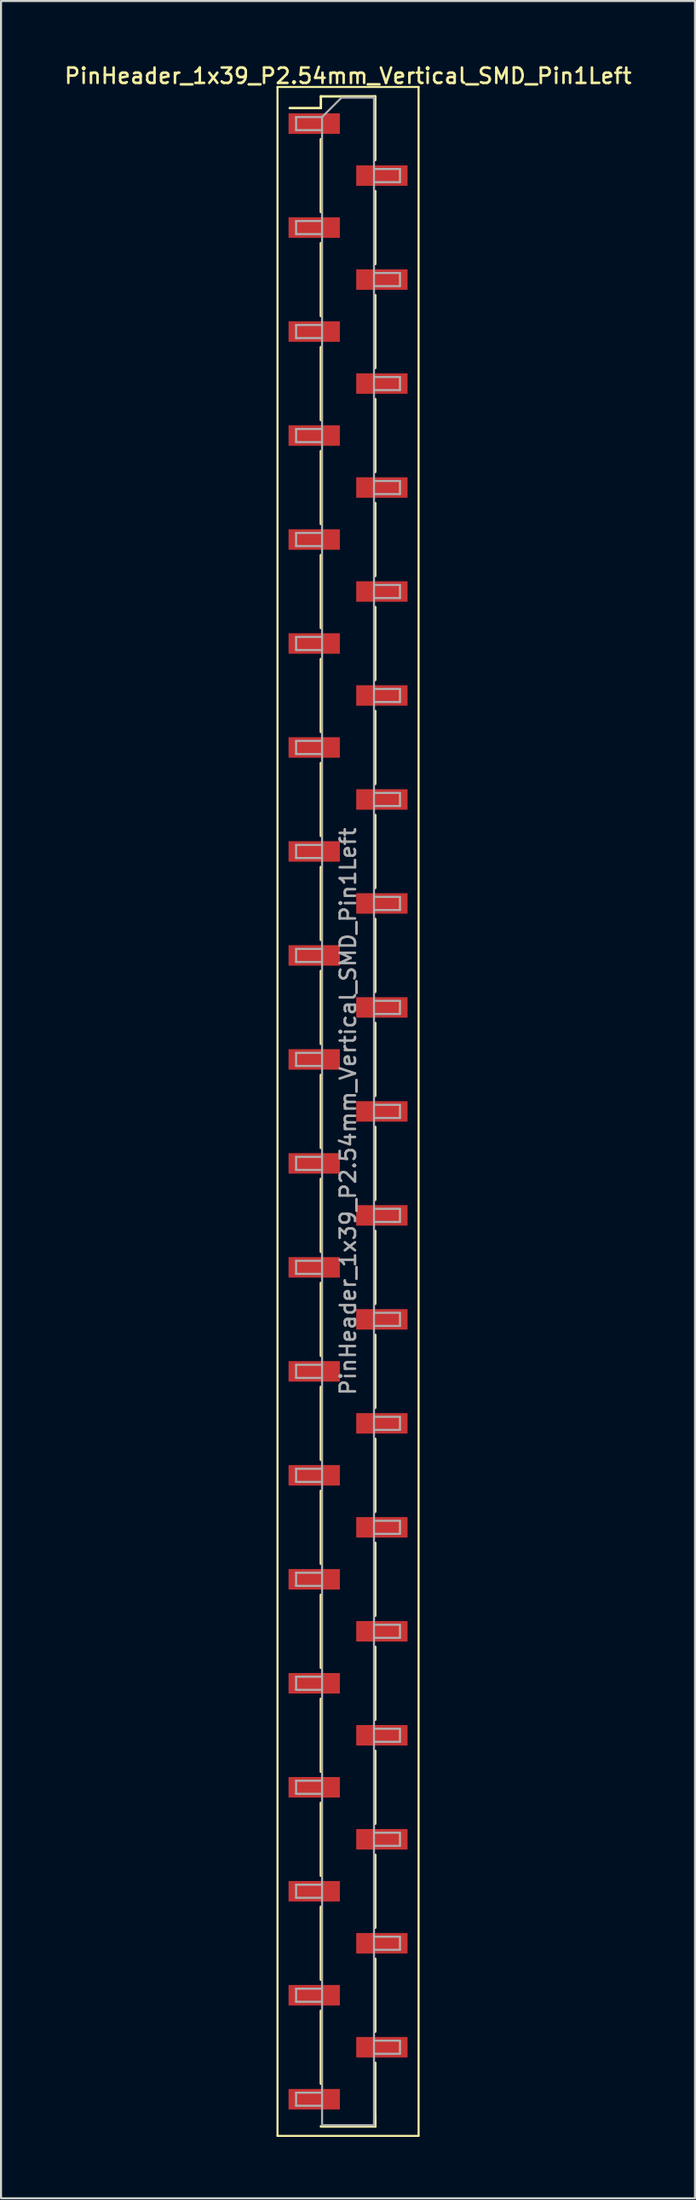
<source format=kicad_pcb>
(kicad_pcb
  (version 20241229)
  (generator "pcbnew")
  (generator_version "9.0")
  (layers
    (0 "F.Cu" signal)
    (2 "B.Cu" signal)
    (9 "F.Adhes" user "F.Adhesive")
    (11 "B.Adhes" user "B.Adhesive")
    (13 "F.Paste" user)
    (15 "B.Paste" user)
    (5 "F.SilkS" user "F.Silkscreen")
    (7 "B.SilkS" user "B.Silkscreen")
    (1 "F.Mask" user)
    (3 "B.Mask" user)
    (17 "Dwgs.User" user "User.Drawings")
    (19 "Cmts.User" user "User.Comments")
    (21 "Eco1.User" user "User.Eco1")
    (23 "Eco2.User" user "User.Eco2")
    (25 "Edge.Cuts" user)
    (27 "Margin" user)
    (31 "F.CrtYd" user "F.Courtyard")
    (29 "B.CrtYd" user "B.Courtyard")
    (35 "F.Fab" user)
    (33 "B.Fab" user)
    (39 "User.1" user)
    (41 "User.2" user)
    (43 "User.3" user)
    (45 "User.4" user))
  (footprint "PinHeader_1x39_P2.54mm_Vertical_SMD_Pin1Left"
    (layer "F.Cu")
    (at 13.97 51.248)
    (property "Reference" "PinHeader_1x39_P2.54mm_Vertical_SMD_Pin1Left" (at 0 -50.59 0) (layer "F.SilkS") (effects (font (size 0.75 0.75) (thickness 0.125))))
    (attr smd)
    (fp_line (start -3.45 -50.05) (end -3.45 50.05) (stroke (width 0.1) (type solid)) (layer "F.SilkS"))
    (fp_line (start -3.45 50.05) (end 3.45 50.05) (stroke (width 0.1) (type solid)) (layer "F.SilkS"))
    (fp_line (start -1.33 -49.59) (end -1.33 -49.02) (stroke (width 0.12) (type solid)) (layer "F.SilkS"))
    (fp_line (start -1.33 -49.59) (end 1.33 -49.59) (stroke (width 0.12) (type solid)) (layer "F.SilkS"))
    (fp_line (start -1.33 -49.02) (end -2.85 -49.02) (stroke (width 0.12) (type solid)) (layer "F.SilkS"))
    (fp_line (start -1.33 -47.5) (end -1.33 -43.94) (stroke (width 0.12) (type solid)) (layer "F.SilkS"))
    (fp_line (start -1.33 -42.42) (end -1.33 -38.86) (stroke (width 0.12) (type solid)) (layer "F.SilkS"))
    (fp_line (start -1.33 -37.34) (end -1.33 -33.78) (stroke (width 0.12) (type solid)) (layer "F.SilkS"))
    (fp_line (start -1.33 -32.26) (end -1.33 -28.7) (stroke (width 0.12) (type solid)) (layer "F.SilkS"))
    (fp_line (start -1.33 -27.18) (end -1.33 -23.62) (stroke (width 0.12) (type solid)) (layer "F.SilkS"))
    (fp_line (start -1.33 -22.1) (end -1.33 -18.54) (stroke (width 0.12) (type solid)) (layer "F.SilkS"))
    (fp_line (start -1.33 -17.02) (end -1.33 -13.46) (stroke (width 0.12) (type solid)) (layer "F.SilkS"))
    (fp_line (start -1.33 -11.94) (end -1.33 -8.38) (stroke (width 0.12) (type solid)) (layer "F.SilkS"))
    (fp_line (start -1.33 -6.86) (end -1.33 -3.3) (stroke (width 0.12) (type solid)) (layer "F.SilkS"))
    (fp_line (start -1.33 -1.78) (end -1.33 1.78) (stroke (width 0.12) (type solid)) (layer "F.SilkS"))
    (fp_line (start -1.33 3.3) (end -1.33 6.86) (stroke (width 0.12) (type solid)) (layer "F.SilkS"))
    (fp_line (start -1.33 8.38) (end -1.33 11.94) (stroke (width 0.12) (type solid)) (layer "F.SilkS"))
    (fp_line (start -1.33 13.46) (end -1.33 17.02) (stroke (width 0.12) (type solid)) (layer "F.SilkS"))
    (fp_line (start -1.33 18.54) (end -1.33 22.1) (stroke (width 0.12) (type solid)) (layer "F.SilkS"))
    (fp_line (start -1.33 23.62) (end -1.33 27.18) (stroke (width 0.12) (type solid)) (layer "F.SilkS"))
    (fp_line (start -1.33 28.7) (end -1.33 32.26) (stroke (width 0.12) (type solid)) (layer "F.SilkS"))
    (fp_line (start -1.33 33.78) (end -1.33 37.34) (stroke (width 0.12) (type solid)) (layer "F.SilkS"))
    (fp_line (start -1.33 38.86) (end -1.33 42.42) (stroke (width 0.12) (type solid)) (layer "F.SilkS"))
    (fp_line (start -1.33 43.94) (end -1.33 47.5) (stroke (width 0.12) (type solid)) (layer "F.SilkS"))
    (fp_line (start -1.33 49.59) (end 1.33 49.59) (stroke (width 0.12) (type solid)) (layer "F.SilkS"))
    (fp_line (start 1.33 -49.59) (end 1.33 -46.48) (stroke (width 0.12) (type solid)) (layer "F.SilkS"))
    (fp_line (start 1.33 -44.96) (end 1.33 -41.4) (stroke (width 0.12) (type solid)) (layer "F.SilkS"))
    (fp_line (start 1.33 -39.88) (end 1.33 -36.32) (stroke (width 0.12) (type solid)) (layer "F.SilkS"))
    (fp_line (start 1.33 -34.8) (end 1.33 -31.24) (stroke (width 0.12) (type solid)) (layer "F.SilkS"))
    (fp_line (start 1.33 -29.72) (end 1.33 -26.16) (stroke (width 0.12) (type solid)) (layer "F.SilkS"))
    (fp_line (start 1.33 -24.64) (end 1.33 -21.08) (stroke (width 0.12) (type solid)) (layer "F.SilkS"))
    (fp_line (start 1.33 -19.56) (end 1.33 -16) (stroke (width 0.12) (type solid)) (layer "F.SilkS"))
    (fp_line (start 1.33 -14.48) (end 1.33 -10.92) (stroke (width 0.12) (type solid)) (layer "F.SilkS"))
    (fp_line (start 1.33 -9.4) (end 1.33 -5.84) (stroke (width 0.12) (type solid)) (layer "F.SilkS"))
    (fp_line (start 1.33 -4.32) (end 1.33 -0.76) (stroke (width 0.12) (type solid)) (layer "F.SilkS"))
    (fp_line (start 1.33 0.76) (end 1.33 4.32) (stroke (width 0.12) (type solid)) (layer "F.SilkS"))
    (fp_line (start 1.33 5.84) (end 1.33 9.4) (stroke (width 0.12) (type solid)) (layer "F.SilkS"))
    (fp_line (start 1.33 10.92) (end 1.33 14.48) (stroke (width 0.12) (type solid)) (layer "F.SilkS"))
    (fp_line (start 1.33 16) (end 1.33 19.56) (stroke (width 0.12) (type solid)) (layer "F.SilkS"))
    (fp_line (start 1.33 21.08) (end 1.33 24.64) (stroke (width 0.12) (type solid)) (layer "F.SilkS"))
    (fp_line (start 1.33 26.16) (end 1.33 29.72) (stroke (width 0.12) (type solid)) (layer "F.SilkS"))
    (fp_line (start 1.33 31.24) (end 1.33 34.8) (stroke (width 0.12) (type solid)) (layer "F.SilkS"))
    (fp_line (start 1.33 36.32) (end 1.33 39.88) (stroke (width 0.12) (type solid)) (layer "F.SilkS"))
    (fp_line (start 1.33 41.4) (end 1.33 44.96) (stroke (width 0.12) (type solid)) (layer "F.SilkS"))
    (fp_line (start 1.33 46.48) (end 1.33 49.59) (stroke (width 0.12) (type solid)) (layer "F.SilkS"))
    (fp_line (start 1.33 49.02) (end 1.33 49.59) (stroke (width 0.12) (type solid)) (layer "F.SilkS"))
    (fp_line (start 3.45 -50.05) (end -3.45 -50.05) (stroke (width 0.1) (type solid)) (layer "F.SilkS"))
    (fp_line (start 3.45 50.05) (end 3.45 -50.05) (stroke (width 0.1) (type solid)) (layer "F.SilkS"))
    (fp_line (start -2.54 -48.58) (end -2.54 -47.94) (stroke (width 0.1) (type solid)) (layer "F.Fab"))
    (fp_line (start -2.54 -47.94) (end -1.27 -47.94) (stroke (width 0.1) (type solid)) (layer "F.Fab"))
    (fp_line (start -2.54 -43.5) (end -2.54 -42.86) (stroke (width 0.1) (type solid)) (layer "F.Fab"))
    (fp_line (start -2.54 -42.86) (end -1.27 -42.86) (stroke (width 0.1) (type solid)) (layer "F.Fab"))
    (fp_line (start -2.54 -38.42) (end -2.54 -37.78) (stroke (width 0.1) (type solid)) (layer "F.Fab"))
    (fp_line (start -2.54 -37.78) (end -1.27 -37.78) (stroke (width 0.1) (type solid)) (layer "F.Fab"))
    (fp_line (start -2.54 -33.34) (end -2.54 -32.7) (stroke (width 0.1) (type solid)) (layer "F.Fab"))
    (fp_line (start -2.54 -32.7) (end -1.27 -32.7) (stroke (width 0.1) (type solid)) (layer "F.Fab"))
    (fp_line (start -2.54 -28.26) (end -2.54 -27.62) (stroke (width 0.1) (type solid)) (layer "F.Fab"))
    (fp_line (start -2.54 -27.62) (end -1.27 -27.62) (stroke (width 0.1) (type solid)) (layer "F.Fab"))
    (fp_line (start -2.54 -23.18) (end -2.54 -22.54) (stroke (width 0.1) (type solid)) (layer "F.Fab"))
    (fp_line (start -2.54 -22.54) (end -1.27 -22.54) (stroke (width 0.1) (type solid)) (layer "F.Fab"))
    (fp_line (start -2.54 -18.1) (end -2.54 -17.46) (stroke (width 0.1) (type solid)) (layer "F.Fab"))
    (fp_line (start -2.54 -17.46) (end -1.27 -17.46) (stroke (width 0.1) (type solid)) (layer "F.Fab"))
    (fp_line (start -2.54 -13.02) (end -2.54 -12.38) (stroke (width 0.1) (type solid)) (layer "F.Fab"))
    (fp_line (start -2.54 -12.38) (end -1.27 -12.38) (stroke (width 0.1) (type solid)) (layer "F.Fab"))
    (fp_line (start -2.54 -7.94) (end -2.54 -7.3) (stroke (width 0.1) (type solid)) (layer "F.Fab"))
    (fp_line (start -2.54 -7.3) (end -1.27 -7.3) (stroke (width 0.1) (type solid)) (layer "F.Fab"))
    (fp_line (start -2.54 -2.86) (end -2.54 -2.22) (stroke (width 0.1) (type solid)) (layer "F.Fab"))
    (fp_line (start -2.54 -2.22) (end -1.27 -2.22) (stroke (width 0.1) (type solid)) (layer "F.Fab"))
    (fp_line (start -2.54 2.22) (end -2.54 2.86) (stroke (width 0.1) (type solid)) (layer "F.Fab"))
    (fp_line (start -2.54 2.86) (end -1.27 2.86) (stroke (width 0.1) (type solid)) (layer "F.Fab"))
    (fp_line (start -2.54 7.3) (end -2.54 7.94) (stroke (width 0.1) (type solid)) (layer "F.Fab"))
    (fp_line (start -2.54 7.94) (end -1.27 7.94) (stroke (width 0.1) (type solid)) (layer "F.Fab"))
    (fp_line (start -2.54 12.38) (end -2.54 13.02) (stroke (width 0.1) (type solid)) (layer "F.Fab"))
    (fp_line (start -2.54 13.02) (end -1.27 13.02) (stroke (width 0.1) (type solid)) (layer "F.Fab"))
    (fp_line (start -2.54 17.46) (end -2.54 18.1) (stroke (width 0.1) (type solid)) (layer "F.Fab"))
    (fp_line (start -2.54 18.1) (end -1.27 18.1) (stroke (width 0.1) (type solid)) (layer "F.Fab"))
    (fp_line (start -2.54 22.54) (end -2.54 23.18) (stroke (width 0.1) (type solid)) (layer "F.Fab"))
    (fp_line (start -2.54 23.18) (end -1.27 23.18) (stroke (width 0.1) (type solid)) (layer "F.Fab"))
    (fp_line (start -2.54 27.62) (end -2.54 28.26) (stroke (width 0.1) (type solid)) (layer "F.Fab"))
    (fp_line (start -2.54 28.26) (end -1.27 28.26) (stroke (width 0.1) (type solid)) (layer "F.Fab"))
    (fp_line (start -2.54 32.7) (end -2.54 33.34) (stroke (width 0.1) (type solid)) (layer "F.Fab"))
    (fp_line (start -2.54 33.34) (end -1.27 33.34) (stroke (width 0.1) (type solid)) (layer "F.Fab"))
    (fp_line (start -2.54 37.78) (end -2.54 38.42) (stroke (width 0.1) (type solid)) (layer "F.Fab"))
    (fp_line (start -2.54 38.42) (end -1.27 38.42) (stroke (width 0.1) (type solid)) (layer "F.Fab"))
    (fp_line (start -2.54 42.86) (end -2.54 43.5) (stroke (width 0.1) (type solid)) (layer "F.Fab"))
    (fp_line (start -2.54 43.5) (end -1.27 43.5) (stroke (width 0.1) (type solid)) (layer "F.Fab"))
    (fp_line (start -2.54 47.94) (end -2.54 48.58) (stroke (width 0.1) (type solid)) (layer "F.Fab"))
    (fp_line (start -2.54 48.58) (end -1.27 48.58) (stroke (width 0.1) (type solid)) (layer "F.Fab"))
    (fp_line (start -1.27 -48.58) (end -2.54 -48.58) (stroke (width 0.1) (type solid)) (layer "F.Fab"))
    (fp_line (start -1.27 -48.58) (end -0.32 -49.53) (stroke (width 0.1) (type solid)) (layer "F.Fab"))
    (fp_line (start -1.27 -43.5) (end -2.54 -43.5) (stroke (width 0.1) (type solid)) (layer "F.Fab"))
    (fp_line (start -1.27 -38.42) (end -2.54 -38.42) (stroke (width 0.1) (type solid)) (layer "F.Fab"))
    (fp_line (start -1.27 -33.34) (end -2.54 -33.34) (stroke (width 0.1) (type solid)) (layer "F.Fab"))
    (fp_line (start -1.27 -28.26) (end -2.54 -28.26) (stroke (width 0.1) (type solid)) (layer "F.Fab"))
    (fp_line (start -1.27 -23.18) (end -2.54 -23.18) (stroke (width 0.1) (type solid)) (layer "F.Fab"))
    (fp_line (start -1.27 -18.1) (end -2.54 -18.1) (stroke (width 0.1) (type solid)) (layer "F.Fab"))
    (fp_line (start -1.27 -13.02) (end -2.54 -13.02) (stroke (width 0.1) (type solid)) (layer "F.Fab"))
    (fp_line (start -1.27 -7.94) (end -2.54 -7.94) (stroke (width 0.1) (type solid)) (layer "F.Fab"))
    (fp_line (start -1.27 -2.86) (end -2.54 -2.86) (stroke (width 0.1) (type solid)) (layer "F.Fab"))
    (fp_line (start -1.27 2.22) (end -2.54 2.22) (stroke (width 0.1) (type solid)) (layer "F.Fab"))
    (fp_line (start -1.27 7.3) (end -2.54 7.3) (stroke (width 0.1) (type solid)) (layer "F.Fab"))
    (fp_line (start -1.27 12.38) (end -2.54 12.38) (stroke (width 0.1) (type solid)) (layer "F.Fab"))
    (fp_line (start -1.27 17.46) (end -2.54 17.46) (stroke (width 0.1) (type solid)) (layer "F.Fab"))
    (fp_line (start -1.27 22.54) (end -2.54 22.54) (stroke (width 0.1) (type solid)) (layer "F.Fab"))
    (fp_line (start -1.27 27.62) (end -2.54 27.62) (stroke (width 0.1) (type solid)) (layer "F.Fab"))
    (fp_line (start -1.27 32.7) (end -2.54 32.7) (stroke (width 0.1) (type solid)) (layer "F.Fab"))
    (fp_line (start -1.27 37.78) (end -2.54 37.78) (stroke (width 0.1) (type solid)) (layer "F.Fab"))
    (fp_line (start -1.27 42.86) (end -2.54 42.86) (stroke (width 0.1) (type solid)) (layer "F.Fab"))
    (fp_line (start -1.27 47.94) (end -2.54 47.94) (stroke (width 0.1) (type solid)) (layer "F.Fab"))
    (fp_line (start -1.27 49.53) (end -1.27 -48.58) (stroke (width 0.1) (type solid)) (layer "F.Fab"))
    (fp_line (start -0.32 -49.53) (end 1.27 -49.53) (stroke (width 0.1) (type solid)) (layer "F.Fab"))
    (fp_line (start 1.27 -49.53) (end 1.27 49.53) (stroke (width 0.1) (type solid)) (layer "F.Fab"))
    (fp_line (start 1.27 -46.04) (end 2.54 -46.04) (stroke (width 0.1) (type solid)) (layer "F.Fab"))
    (fp_line (start 1.27 -40.96) (end 2.54 -40.96) (stroke (width 0.1) (type solid)) (layer "F.Fab"))
    (fp_line (start 1.27 -35.88) (end 2.54 -35.88) (stroke (width 0.1) (type solid)) (layer "F.Fab"))
    (fp_line (start 1.27 -30.8) (end 2.54 -30.8) (stroke (width 0.1) (type solid)) (layer "F.Fab"))
    (fp_line (start 1.27 -25.72) (end 2.54 -25.72) (stroke (width 0.1) (type solid)) (layer "F.Fab"))
    (fp_line (start 1.27 -20.64) (end 2.54 -20.64) (stroke (width 0.1) (type solid)) (layer "F.Fab"))
    (fp_line (start 1.27 -15.56) (end 2.54 -15.56) (stroke (width 0.1) (type solid)) (layer "F.Fab"))
    (fp_line (start 1.27 -10.48) (end 2.54 -10.48) (stroke (width 0.1) (type solid)) (layer "F.Fab"))
    (fp_line (start 1.27 -5.4) (end 2.54 -5.4) (stroke (width 0.1) (type solid)) (layer "F.Fab"))
    (fp_line (start 1.27 -0.32) (end 2.54 -0.32) (stroke (width 0.1) (type solid)) (layer "F.Fab"))
    (fp_line (start 1.27 4.76) (end 2.54 4.76) (stroke (width 0.1) (type solid)) (layer "F.Fab"))
    (fp_line (start 1.27 9.84) (end 2.54 9.84) (stroke (width 0.1) (type solid)) (layer "F.Fab"))
    (fp_line (start 1.27 14.92) (end 2.54 14.92) (stroke (width 0.1) (type solid)) (layer "F.Fab"))
    (fp_line (start 1.27 20) (end 2.54 20) (stroke (width 0.1) (type solid)) (layer "F.Fab"))
    (fp_line (start 1.27 25.08) (end 2.54 25.08) (stroke (width 0.1) (type solid)) (layer "F.Fab"))
    (fp_line (start 1.27 30.16) (end 2.54 30.16) (stroke (width 0.1) (type solid)) (layer "F.Fab"))
    (fp_line (start 1.27 35.24) (end 2.54 35.24) (stroke (width 0.1) (type solid)) (layer "F.Fab"))
    (fp_line (start 1.27 40.32) (end 2.54 40.32) (stroke (width 0.1) (type solid)) (layer "F.Fab"))
    (fp_line (start 1.27 45.4) (end 2.54 45.4) (stroke (width 0.1) (type solid)) (layer "F.Fab"))
    (fp_line (start 1.27 49.53) (end -1.27 49.53) (stroke (width 0.1) (type solid)) (layer "F.Fab"))
    (fp_line (start 2.54 -46.04) (end 2.54 -45.4) (stroke (width 0.1) (type solid)) (layer "F.Fab"))
    (fp_line (start 2.54 -45.4) (end 1.27 -45.4) (stroke (width 0.1) (type solid)) (layer "F.Fab"))
    (fp_line (start 2.54 -40.96) (end 2.54 -40.32) (stroke (width 0.1) (type solid)) (layer "F.Fab"))
    (fp_line (start 2.54 -40.32) (end 1.27 -40.32) (stroke (width 0.1) (type solid)) (layer "F.Fab"))
    (fp_line (start 2.54 -35.88) (end 2.54 -35.24) (stroke (width 0.1) (type solid)) (layer "F.Fab"))
    (fp_line (start 2.54 -35.24) (end 1.27 -35.24) (stroke (width 0.1) (type solid)) (layer "F.Fab"))
    (fp_line (start 2.54 -30.8) (end 2.54 -30.16) (stroke (width 0.1) (type solid)) (layer "F.Fab"))
    (fp_line (start 2.54 -30.16) (end 1.27 -30.16) (stroke (width 0.1) (type solid)) (layer "F.Fab"))
    (fp_line (start 2.54 -25.72) (end 2.54 -25.08) (stroke (width 0.1) (type solid)) (layer "F.Fab"))
    (fp_line (start 2.54 -25.08) (end 1.27 -25.08) (stroke (width 0.1) (type solid)) (layer "F.Fab"))
    (fp_line (start 2.54 -20.64) (end 2.54 -20) (stroke (width 0.1) (type solid)) (layer "F.Fab"))
    (fp_line (start 2.54 -20) (end 1.27 -20) (stroke (width 0.1) (type solid)) (layer "F.Fab"))
    (fp_line (start 2.54 -15.56) (end 2.54 -14.92) (stroke (width 0.1) (type solid)) (layer "F.Fab"))
    (fp_line (start 2.54 -14.92) (end 1.27 -14.92) (stroke (width 0.1) (type solid)) (layer "F.Fab"))
    (fp_line (start 2.54 -10.48) (end 2.54 -9.84) (stroke (width 0.1) (type solid)) (layer "F.Fab"))
    (fp_line (start 2.54 -9.84) (end 1.27 -9.84) (stroke (width 0.1) (type solid)) (layer "F.Fab"))
    (fp_line (start 2.54 -5.4) (end 2.54 -4.76) (stroke (width 0.1) (type solid)) (layer "F.Fab"))
    (fp_line (start 2.54 -4.76) (end 1.27 -4.76) (stroke (width 0.1) (type solid)) (layer "F.Fab"))
    (fp_line (start 2.54 -0.32) (end 2.54 0.32) (stroke (width 0.1) (type solid)) (layer "F.Fab"))
    (fp_line (start 2.54 0.32) (end 1.27 0.32) (stroke (width 0.1) (type solid)) (layer "F.Fab"))
    (fp_line (start 2.54 4.76) (end 2.54 5.4) (stroke (width 0.1) (type solid)) (layer "F.Fab"))
    (fp_line (start 2.54 5.4) (end 1.27 5.4) (stroke (width 0.1) (type solid)) (layer "F.Fab"))
    (fp_line (start 2.54 9.84) (end 2.54 10.48) (stroke (width 0.1) (type solid)) (layer "F.Fab"))
    (fp_line (start 2.54 10.48) (end 1.27 10.48) (stroke (width 0.1) (type solid)) (layer "F.Fab"))
    (fp_line (start 2.54 14.92) (end 2.54 15.56) (stroke (width 0.1) (type solid)) (layer "F.Fab"))
    (fp_line (start 2.54 15.56) (end 1.27 15.56) (stroke (width 0.1) (type solid)) (layer "F.Fab"))
    (fp_line (start 2.54 20) (end 2.54 20.64) (stroke (width 0.1) (type solid)) (layer "F.Fab"))
    (fp_line (start 2.54 20.64) (end 1.27 20.64) (stroke (width 0.1) (type solid)) (layer "F.Fab"))
    (fp_line (start 2.54 25.08) (end 2.54 25.72) (stroke (width 0.1) (type solid)) (layer "F.Fab"))
    (fp_line (start 2.54 25.72) (end 1.27 25.72) (stroke (width 0.1) (type solid)) (layer "F.Fab"))
    (fp_line (start 2.54 30.16) (end 2.54 30.8) (stroke (width 0.1) (type solid)) (layer "F.Fab"))
    (fp_line (start 2.54 30.8) (end 1.27 30.8) (stroke (width 0.1) (type solid)) (layer "F.Fab"))
    (fp_line (start 2.54 35.24) (end 2.54 35.88) (stroke (width 0.1) (type solid)) (layer "F.Fab"))
    (fp_line (start 2.54 35.88) (end 1.27 35.88) (stroke (width 0.1) (type solid)) (layer "F.Fab"))
    (fp_line (start 2.54 40.32) (end 2.54 40.96) (stroke (width 0.1) (type solid)) (layer "F.Fab"))
    (fp_line (start 2.54 40.96) (end 1.27 40.96) (stroke (width 0.1) (type solid)) (layer "F.Fab"))
    (fp_line (start 2.54 45.4) (end 2.54 46.04) (stroke (width 0.1) (type solid)) (layer "F.Fab"))
    (fp_line (start 2.54 46.04) (end 1.27 46.04) (stroke (width 0.1) (type solid)) (layer "F.Fab"))
    (fp_text user "${REFERENCE}" (at 0 0 90) (layer "F.Fab") (effects (font (size 0.75 0.75) (thickness 0.125))))
    (pad "1" smd rect (at -1.655 -48.26) (size 2.51 1) (layers "F.Cu" "F.Mask" "F.Paste"))
    (pad "2" smd rect (at 1.655 -45.72) (size 2.51 1) (layers "F.Cu" "F.Mask" "F.Paste"))
    (pad "3" smd rect (at -1.655 -43.18) (size 2.51 1) (layers "F.Cu" "F.Mask" "F.Paste"))
    (pad "4" smd rect (at 1.655 -40.64) (size 2.51 1) (layers "F.Cu" "F.Mask" "F.Paste"))
    (pad "5" smd rect (at -1.655 -38.1) (size 2.51 1) (layers "F.Cu" "F.Mask" "F.Paste"))
    (pad "6" smd rect (at 1.655 -35.56) (size 2.51 1) (layers "F.Cu" "F.Mask" "F.Paste"))
    (pad "7" smd rect (at -1.655 -33.02) (size 2.51 1) (layers "F.Cu" "F.Mask" "F.Paste"))
    (pad "8" smd rect (at 1.655 -30.48) (size 2.51 1) (layers "F.Cu" "F.Mask" "F.Paste"))
    (pad "9" smd rect (at -1.655 -27.94) (size 2.51 1) (layers "F.Cu" "F.Mask" "F.Paste"))
    (pad "10" smd rect (at 1.655 -25.4) (size 2.51 1) (layers "F.Cu" "F.Mask" "F.Paste"))
    (pad "11" smd rect (at -1.655 -22.86) (size 2.51 1) (layers "F.Cu" "F.Mask" "F.Paste"))
    (pad "12" smd rect (at 1.655 -20.32) (size 2.51 1) (layers "F.Cu" "F.Mask" "F.Paste"))
    (pad "13" smd rect (at -1.655 -17.78) (size 2.51 1) (layers "F.Cu" "F.Mask" "F.Paste"))
    (pad "14" smd rect (at 1.655 -15.24) (size 2.51 1) (layers "F.Cu" "F.Mask" "F.Paste"))
    (pad "15" smd rect (at -1.655 -12.7) (size 2.51 1) (layers "F.Cu" "F.Mask" "F.Paste"))
    (pad "16" smd rect (at 1.655 -10.16) (size 2.51 1) (layers "F.Cu" "F.Mask" "F.Paste"))
    (pad "17" smd rect (at -1.655 -7.62) (size 2.51 1) (layers "F.Cu" "F.Mask" "F.Paste"))
    (pad "18" smd rect (at 1.655 -5.08) (size 2.51 1) (layers "F.Cu" "F.Mask" "F.Paste"))
    (pad "19" smd rect (at -1.655 -2.54) (size 2.51 1) (layers "F.Cu" "F.Mask" "F.Paste"))
    (pad "20" smd rect (at 1.655 0) (size 2.51 1) (layers "F.Cu" "F.Mask" "F.Paste"))
    (pad "21" smd rect (at -1.655 2.54) (size 2.51 1) (layers "F.Cu" "F.Mask" "F.Paste"))
    (pad "22" smd rect (at 1.655 5.08) (size 2.51 1) (layers "F.Cu" "F.Mask" "F.Paste"))
    (pad "23" smd rect (at -1.655 7.62) (size 2.51 1) (layers "F.Cu" "F.Mask" "F.Paste"))
    (pad "24" smd rect (at 1.655 10.16) (size 2.51 1) (layers "F.Cu" "F.Mask" "F.Paste"))
    (pad "25" smd rect (at -1.655 12.7) (size 2.51 1) (layers "F.Cu" "F.Mask" "F.Paste"))
    (pad "26" smd rect (at 1.655 15.24) (size 2.51 1) (layers "F.Cu" "F.Mask" "F.Paste"))
    (pad "27" smd rect (at -1.655 17.78) (size 2.51 1) (layers "F.Cu" "F.Mask" "F.Paste"))
    (pad "28" smd rect (at 1.655 20.32) (size 2.51 1) (layers "F.Cu" "F.Mask" "F.Paste"))
    (pad "29" smd rect (at -1.655 22.86) (size 2.51 1) (layers "F.Cu" "F.Mask" "F.Paste"))
    (pad "30" smd rect (at 1.655 25.4) (size 2.51 1) (layers "F.Cu" "F.Mask" "F.Paste"))
    (pad "31" smd rect (at -1.655 27.94) (size 2.51 1) (layers "F.Cu" "F.Mask" "F.Paste"))
    (pad "32" smd rect (at 1.655 30.48) (size 2.51 1) (layers "F.Cu" "F.Mask" "F.Paste"))
    (pad "33" smd rect (at -1.655 33.02) (size 2.51 1) (layers "F.Cu" "F.Mask" "F.Paste"))
    (pad "34" smd rect (at 1.655 35.56) (size 2.51 1) (layers "F.Cu" "F.Mask" "F.Paste"))
    (pad "35" smd rect (at -1.655 38.1) (size 2.51 1) (layers "F.Cu" "F.Mask" "F.Paste"))
    (pad "36" smd rect (at 1.655 40.64) (size 2.51 1) (layers "F.Cu" "F.Mask" "F.Paste"))
    (pad "37" smd rect (at -1.655 43.18) (size 2.51 1) (layers "F.Cu" "F.Mask" "F.Paste"))
    (pad "38" smd rect (at 1.655 45.72) (size 2.51 1) (layers "F.Cu" "F.Mask" "F.Paste"))
    (pad "39" smd rect (at -1.655 48.26) (size 2.51 1) (layers "F.Cu" "F.Mask" "F.Paste")))
  (gr_rect
    (start -3 -3)
    (end 30.939 104.348)
    (stroke (width 0.1) (type default))
    (fill no)
    (layer "Edge.Cuts")))
</source>
